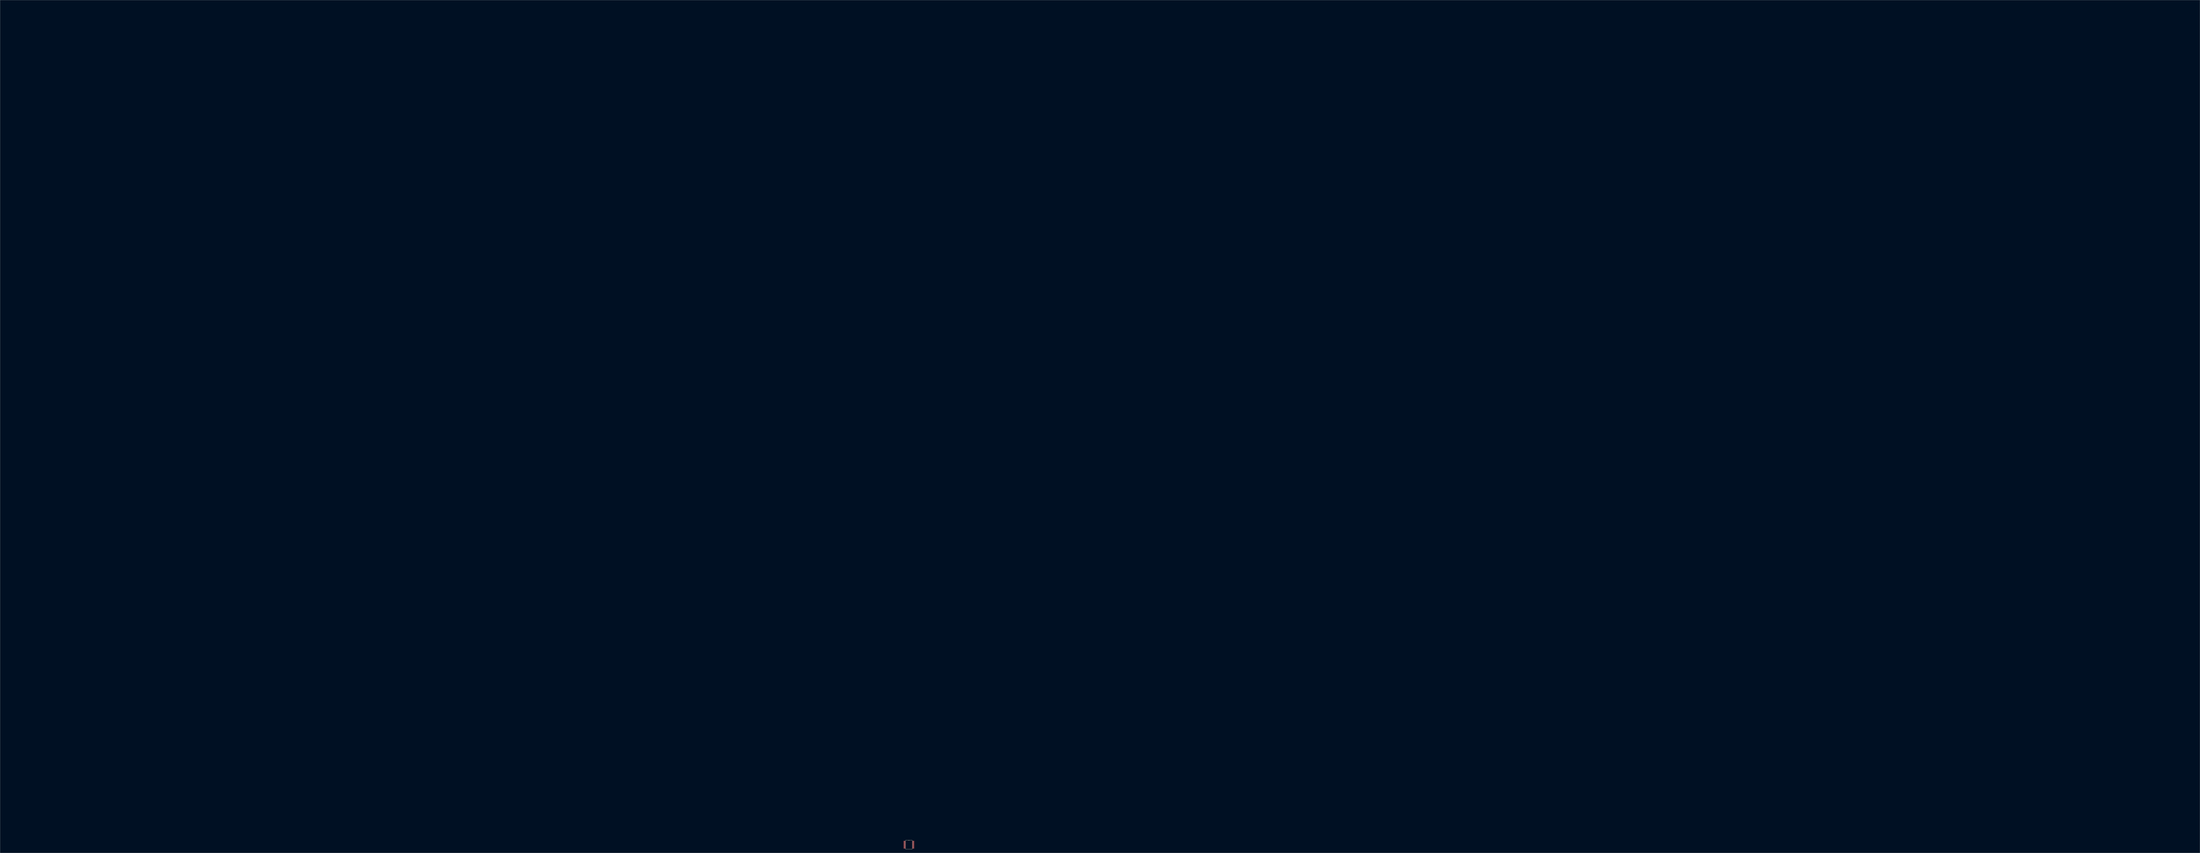
<source format=kicad_pcb>
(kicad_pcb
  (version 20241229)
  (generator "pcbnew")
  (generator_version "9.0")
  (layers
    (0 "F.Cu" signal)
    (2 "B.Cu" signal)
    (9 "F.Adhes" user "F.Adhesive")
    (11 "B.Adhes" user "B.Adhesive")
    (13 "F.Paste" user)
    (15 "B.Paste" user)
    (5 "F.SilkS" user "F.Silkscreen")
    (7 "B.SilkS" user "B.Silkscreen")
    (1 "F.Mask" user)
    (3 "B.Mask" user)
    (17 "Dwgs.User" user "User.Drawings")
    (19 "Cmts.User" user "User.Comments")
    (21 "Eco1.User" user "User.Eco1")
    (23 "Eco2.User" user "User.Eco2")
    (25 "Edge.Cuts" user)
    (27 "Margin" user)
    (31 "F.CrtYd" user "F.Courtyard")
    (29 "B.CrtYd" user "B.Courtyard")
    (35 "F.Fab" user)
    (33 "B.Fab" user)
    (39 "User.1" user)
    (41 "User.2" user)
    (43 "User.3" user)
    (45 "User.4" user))
  (footprint "SOP65P780X200-20N"
    (layer "F.Cu")
    (at 754.286 701.388)
    (property "Reference" "SOP65P780X200-20N" (at 159.228 -613.937 0) (layer "F.SilkS") (effects (font (size 149.04 149.04) (thickness 0.15))))
    (attr smd)
    (fp_line (start -2.794 -3.759) (end -2.794 -3.48) (stroke (width 0.152) (type solid)) (layer "F.SilkS"))
    (fp_line (start -2.794 3.48) (end -2.794 3.759) (stroke (width 0.152) (type solid)) (layer "F.SilkS"))
    (fp_line (start -2.794 3.759) (end 2.794 3.759) (stroke (width 0.152) (type solid)) (layer "F.SilkS"))
    (fp_line (start -0.305 -3.759) (end -2.794 -3.759) (stroke (width 0.152) (type solid)) (layer "F.SilkS"))
    (fp_line (start 0.305 -3.759) (end -0.305 -3.759) (stroke (width 0.152) (type solid)) (layer "F.SilkS"))
    (fp_line (start 2.794 -3.759) (end 0.305 -3.759) (stroke (width 0.152) (type solid)) (layer "F.SilkS"))
    (fp_line (start 2.794 -3.48) (end 2.794 -3.759) (stroke (width 0.152) (type solid)) (layer "F.SilkS"))
    (fp_line (start 2.794 3.759) (end 2.794 3.48) (stroke (width 0.152) (type solid)) (layer "F.SilkS"))
    (fp_arc (start 0.3048 -3.7592) (mid 0 -3.4544) (end -0.3048 -3.7592) (stroke (width 0.1524) (type solid)) (layer "F.SilkS"))
    (fp_line (start -4.089 -3.124) (end -4.089 -2.743) (stroke (width 0.1) (type solid)) (layer "F.Fab"))
    (fp_line (start -4.089 -2.743) (end -2.794 -2.743) (stroke (width 0.1) (type solid)) (layer "F.Fab"))
    (fp_line (start -4.089 -2.464) (end -4.089 -2.083) (stroke (width 0.1) (type solid)) (layer "F.Fab"))
    (fp_line (start -4.089 -2.083) (end -2.794 -2.083) (stroke (width 0.1) (type solid)) (layer "F.Fab"))
    (fp_line (start -4.089 -1.803) (end -4.089 -1.422) (stroke (width 0.1) (type solid)) (layer "F.Fab"))
    (fp_line (start -4.089 -1.422) (end -2.794 -1.422) (stroke (width 0.1) (type solid)) (layer "F.Fab"))
    (fp_line (start -4.089 -1.168) (end -4.089 -0.787) (stroke (width 0.1) (type solid)) (layer "F.Fab"))
    (fp_line (start -4.089 -0.787) (end -2.794 -0.787) (stroke (width 0.1) (type solid)) (layer "F.Fab"))
    (fp_line (start -4.089 -0.508) (end -4.089 -0.127) (stroke (width 0.1) (type solid)) (layer "F.Fab"))
    (fp_line (start -4.089 -0.127) (end -2.794 -0.127) (stroke (width 0.1) (type solid)) (layer "F.Fab"))
    (fp_line (start -4.089 0.127) (end -4.089 0.508) (stroke (width 0.1) (type solid)) (layer "F.Fab"))
    (fp_line (start -4.089 0.508) (end -2.794 0.508) (stroke (width 0.1) (type solid)) (layer "F.Fab"))
    (fp_line (start -4.089 0.787) (end -4.089 1.168) (stroke (width 0.1) (type solid)) (layer "F.Fab"))
    (fp_line (start -4.089 1.168) (end -2.794 1.168) (stroke (width 0.1) (type solid)) (layer "F.Fab"))
    (fp_line (start -4.089 1.422) (end -4.089 1.803) (stroke (width 0.1) (type solid)) (layer "F.Fab"))
    (fp_line (start -4.089 1.803) (end -2.794 1.803) (stroke (width 0.1) (type solid)) (layer "F.Fab"))
    (fp_line (start -4.089 2.083) (end -4.089 2.464) (stroke (width 0.1) (type solid)) (layer "F.Fab"))
    (fp_line (start -4.089 2.464) (end -2.794 2.464) (stroke (width 0.1) (type solid)) (layer "F.Fab"))
    (fp_line (start -4.089 2.743) (end -4.089 3.124) (stroke (width 0.1) (type solid)) (layer "F.Fab"))
    (fp_line (start -4.089 3.124) (end -2.794 3.124) (stroke (width 0.1) (type solid)) (layer "F.Fab"))
    (fp_line (start -2.794 -3.759) (end -2.794 3.759) (stroke (width 0.1) (type solid)) (layer "F.Fab"))
    (fp_line (start -2.794 -3.124) (end -4.089 -3.124) (stroke (width 0.1) (type solid)) (layer "F.Fab"))
    (fp_line (start -2.794 -2.743) (end -2.794 -3.124) (stroke (width 0.1) (type solid)) (layer "F.Fab"))
    (fp_line (start -2.794 -2.464) (end -4.089 -2.464) (stroke (width 0.1) (type solid)) (layer "F.Fab"))
    (fp_line (start -2.794 -2.083) (end -2.794 -2.464) (stroke (width 0.1) (type solid)) (layer "F.Fab"))
    (fp_line (start -2.794 -1.803) (end -4.089 -1.803) (stroke (width 0.1) (type solid)) (layer "F.Fab"))
    (fp_line (start -2.794 -1.422) (end -2.794 -1.803) (stroke (width 0.1) (type solid)) (layer "F.Fab"))
    (fp_line (start -2.794 -1.168) (end -4.089 -1.168) (stroke (width 0.1) (type solid)) (layer "F.Fab"))
    (fp_line (start -2.794 -0.787) (end -2.794 -1.168) (stroke (width 0.1) (type solid)) (layer "F.Fab"))
    (fp_line (start -2.794 -0.508) (end -4.089 -0.508) (stroke (width 0.1) (type solid)) (layer "F.Fab"))
    (fp_line (start -2.794 -0.127) (end -2.794 -0.508) (stroke (width 0.1) (type solid)) (layer "F.Fab"))
    (fp_line (start -2.794 0.127) (end -4.089 0.127) (stroke (width 0.1) (type solid)) (layer "F.Fab"))
    (fp_line (start -2.794 0.508) (end -2.794 0.127) (stroke (width 0.1) (type solid)) (layer "F.Fab"))
    (fp_line (start -2.794 0.787) (end -4.089 0.787) (stroke (width 0.1) (type solid)) (layer "F.Fab"))
    (fp_line (start -2.794 1.168) (end -2.794 0.787) (stroke (width 0.1) (type solid)) (layer "F.Fab"))
    (fp_line (start -2.794 1.422) (end -4.089 1.422) (stroke (width 0.1) (type solid)) (layer "F.Fab"))
    (fp_line (start -2.794 1.803) (end -2.794 1.422) (stroke (width 0.1) (type solid)) (layer "F.Fab"))
    (fp_line (start -2.794 2.083) (end -4.089 2.083) (stroke (width 0.1) (type solid)) (layer "F.Fab"))
    (fp_line (start -2.794 2.464) (end -2.794 2.083) (stroke (width 0.1) (type solid)) (layer "F.Fab"))
    (fp_line (start -2.794 2.743) (end -4.089 2.743) (stroke (width 0.1) (type solid)) (layer "F.Fab"))
    (fp_line (start -2.794 3.124) (end -2.794 2.743) (stroke (width 0.1) (type solid)) (layer "F.Fab"))
    (fp_line (start -2.794 3.759) (end 2.794 3.759) (stroke (width 0.1) (type solid)) (layer "F.Fab"))
    (fp_line (start -0.305 -3.759) (end -2.794 -3.759) (stroke (width 0.1) (type solid)) (layer "F.Fab"))
    (fp_line (start 0.305 -3.759) (end -0.305 -3.759) (stroke (width 0.1) (type solid)) (layer "F.Fab"))
    (fp_line (start 2.794 -3.759) (end 0.305 -3.759) (stroke (width 0.1) (type solid)) (layer "F.Fab"))
    (fp_line (start 2.794 -3.124) (end 2.794 -2.743) (stroke (width 0.1) (type solid)) (layer "F.Fab"))
    (fp_line (start 2.794 -2.743) (end 4.089 -2.743) (stroke (width 0.1) (type solid)) (layer "F.Fab"))
    (fp_line (start 2.794 -2.464) (end 2.794 -2.083) (stroke (width 0.1) (type solid)) (layer "F.Fab"))
    (fp_line (start 2.794 -2.083) (end 4.089 -2.083) (stroke (width 0.1) (type solid)) (layer "F.Fab"))
    (fp_line (start 2.794 -1.803) (end 2.794 -1.422) (stroke (width 0.1) (type solid)) (layer "F.Fab"))
    (fp_line (start 2.794 -1.422) (end 4.089 -1.422) (stroke (width 0.1) (type solid)) (layer "F.Fab"))
    (fp_line (start 2.794 -1.168) (end 2.794 -0.787) (stroke (width 0.1) (type solid)) (layer "F.Fab"))
    (fp_line (start 2.794 -0.787) (end 4.089 -0.787) (stroke (width 0.1) (type solid)) (layer "F.Fab"))
    (fp_line (start 2.794 -0.508) (end 2.794 -0.127) (stroke (width 0.1) (type solid)) (layer "F.Fab"))
    (fp_line (start 2.794 -0.127) (end 4.089 -0.127) (stroke (width 0.1) (type solid)) (layer "F.Fab"))
    (fp_line (start 2.794 0.127) (end 2.794 0.508) (stroke (width 0.1) (type solid)) (layer "F.Fab"))
    (fp_line (start 2.794 0.508) (end 4.089 0.508) (stroke (width 0.1) (type solid)) (layer "F.Fab"))
    (fp_line (start 2.794 0.787) (end 2.794 1.168) (stroke (width 0.1) (type solid)) (layer "F.Fab"))
    (fp_line (start 2.794 1.168) (end 4.089 1.168) (stroke (width 0.1) (type solid)) (layer "F.Fab"))
    (fp_line (start 2.794 1.422) (end 2.794 1.803) (stroke (width 0.1) (type solid)) (layer "F.Fab"))
    (fp_line (start 2.794 1.803) (end 4.089 1.803) (stroke (width 0.1) (type solid)) (layer "F.Fab"))
    (fp_line (start 2.794 2.083) (end 2.794 2.464) (stroke (width 0.1) (type solid)) (layer "F.Fab"))
    (fp_line (start 2.794 2.464) (end 4.089 2.464) (stroke (width 0.1) (type solid)) (layer "F.Fab"))
    (fp_line (start 2.794 2.743) (end 2.794 3.124) (stroke (width 0.1) (type solid)) (layer "F.Fab"))
    (fp_line (start 2.794 3.124) (end 4.089 3.124) (stroke (width 0.1) (type solid)) (layer "F.Fab"))
    (fp_line (start 2.794 3.759) (end 2.794 -3.759) (stroke (width 0.1) (type solid)) (layer "F.Fab"))
    (fp_line (start 4.089 -3.124) (end 2.794 -3.124) (stroke (width 0.1) (type solid)) (layer "F.Fab"))
    (fp_line (start 4.089 -2.743) (end 4.089 -3.124) (stroke (width 0.1) (type solid)) (layer "F.Fab"))
    (fp_line (start 4.089 -2.464) (end 2.794 -2.464) (stroke (width 0.1) (type solid)) (layer "F.Fab"))
    (fp_line (start 4.089 -2.083) (end 4.089 -2.464) (stroke (width 0.1) (type solid)) (layer "F.Fab"))
    (fp_line (start 4.089 -1.803) (end 2.794 -1.803) (stroke (width 0.1) (type solid)) (layer "F.Fab"))
    (fp_line (start 4.089 -1.422) (end 4.089 -1.803) (stroke (width 0.1) (type solid)) (layer "F.Fab"))
    (fp_line (start 4.089 -1.168) (end 2.794 -1.168) (stroke (width 0.1) (type solid)) (layer "F.Fab"))
    (fp_line (start 4.089 -0.787) (end 4.089 -1.168) (stroke (width 0.1) (type solid)) (layer "F.Fab"))
    (fp_line (start 4.089 -0.508) (end 2.794 -0.508) (stroke (width 0.1) (type solid)) (layer "F.Fab"))
    (fp_line (start 4.089 -0.127) (end 4.089 -0.508) (stroke (width 0.1) (type solid)) (layer "F.Fab"))
    (fp_line (start 4.089 0.127) (end 2.794 0.127) (stroke (width 0.1) (type solid)) (layer "F.Fab"))
    (fp_line (start 4.089 0.508) (end 4.089 0.127) (stroke (width 0.1) (type solid)) (layer "F.Fab"))
    (fp_line (start 4.089 0.787) (end 2.794 0.787) (stroke (width 0.1) (type solid)) (layer "F.Fab"))
    (fp_line (start 4.089 1.168) (end 4.089 0.787) (stroke (width 0.1) (type solid)) (layer "F.Fab"))
    (fp_line (start 4.089 1.422) (end 2.794 1.422) (stroke (width 0.1) (type solid)) (layer "F.Fab"))
    (fp_line (start 4.089 1.803) (end 4.089 1.422) (stroke (width 0.1) (type solid)) (layer "F.Fab"))
    (fp_line (start 4.089 2.083) (end 2.794 2.083) (stroke (width 0.1) (type solid)) (layer "F.Fab"))
    (fp_line (start 4.089 2.464) (end 4.089 2.083) (stroke (width 0.1) (type solid)) (layer "F.Fab"))
    (fp_line (start 4.089 2.743) (end 2.794 2.743) (stroke (width 0.1) (type solid)) (layer "F.Fab"))
    (fp_line (start 4.089 3.124) (end 4.089 2.743) (stroke (width 0.1) (type solid)) (layer "F.Fab"))
    (fp_arc (start 0.3048 -3.7592) (mid 0 -3.4544) (end -0.3048 -3.7592) (stroke (width 0.1) (type solid)) (layer "F.Fab"))
    (pad "1" smd rect (at -3.632 -2.921) (size 1.651 0.432) (layers "F.Cu" "F.Mask" "F.Paste"))
    (pad "2" smd rect (at -3.632 -2.286) (size 1.651 0.432) (layers "F.Cu" "F.Mask" "F.Paste"))
    (pad "3" smd rect (at -3.632 -1.626) (size 1.651 0.432) (layers "F.Cu" "F.Mask" "F.Paste"))
    (pad "4" smd rect (at -3.632 -0.965) (size 1.651 0.432) (layers "F.Cu" "F.Mask" "F.Paste"))
    (pad "5" smd rect (at -3.632 -0.33) (size 1.651 0.432) (layers "F.Cu" "F.Mask" "F.Paste"))
    (pad "6" smd rect (at -3.632 0.33) (size 1.651 0.432) (layers "F.Cu" "F.Mask" "F.Paste"))
    (pad "7" smd rect (at -3.632 0.965) (size 1.651 0.432) (layers "F.Cu" "F.Mask" "F.Paste"))
    (pad "8" smd rect (at -3.632 1.626) (size 1.651 0.432) (layers "F.Cu" "F.Mask" "F.Paste"))
    (pad "9" smd rect (at -3.632 2.286) (size 1.651 0.432) (layers "F.Cu" "F.Mask" "F.Paste"))
    (pad "10" smd rect (at -3.632 2.921) (size 1.651 0.432) (layers "F.Cu" "F.Mask" "F.Paste"))
    (pad "11" smd rect (at 3.632 2.921) (size 1.651 0.432) (layers "F.Cu" "F.Mask" "F.Paste"))
    (pad "12" smd rect (at 3.632 2.286) (size 1.651 0.432) (layers "F.Cu" "F.Mask" "F.Paste"))
    (pad "13" smd rect (at 3.632 1.626) (size 1.651 0.432) (layers "F.Cu" "F.Mask" "F.Paste"))
    (pad "14" smd rect (at 3.632 0.965) (size 1.651 0.432) (layers "F.Cu" "F.Mask" "F.Paste"))
    (pad "15" smd rect (at 3.632 0.33) (size 1.651 0.432) (layers "F.Cu" "F.Mask" "F.Paste"))
    (pad "16" smd rect (at 3.632 -0.33) (size 1.651 0.432) (layers "F.Cu" "F.Mask" "F.Paste"))
    (pad "17" smd rect (at 3.632 -0.965) (size 1.651 0.432) (layers "F.Cu" "F.Mask" "F.Paste"))
    (pad "18" smd rect (at 3.632 -1.626) (size 1.651 0.432) (layers "F.Cu" "F.Mask" "F.Paste"))
    (pad "19" smd rect (at 3.632 -2.286) (size 1.651 0.432) (layers "F.Cu" "F.Mask" "F.Paste"))
    (pad "20" smd rect (at 3.632 -2.921) (size 1.651 0.432) (layers "F.Cu" "F.Mask" "F.Paste")))
  (gr_rect
    (start -3 -3)
    (end 1830.028 708.224)
    (stroke (width 0.1) (type default))
    (fill no)
    (layer "Edge.Cuts")))
</source>
